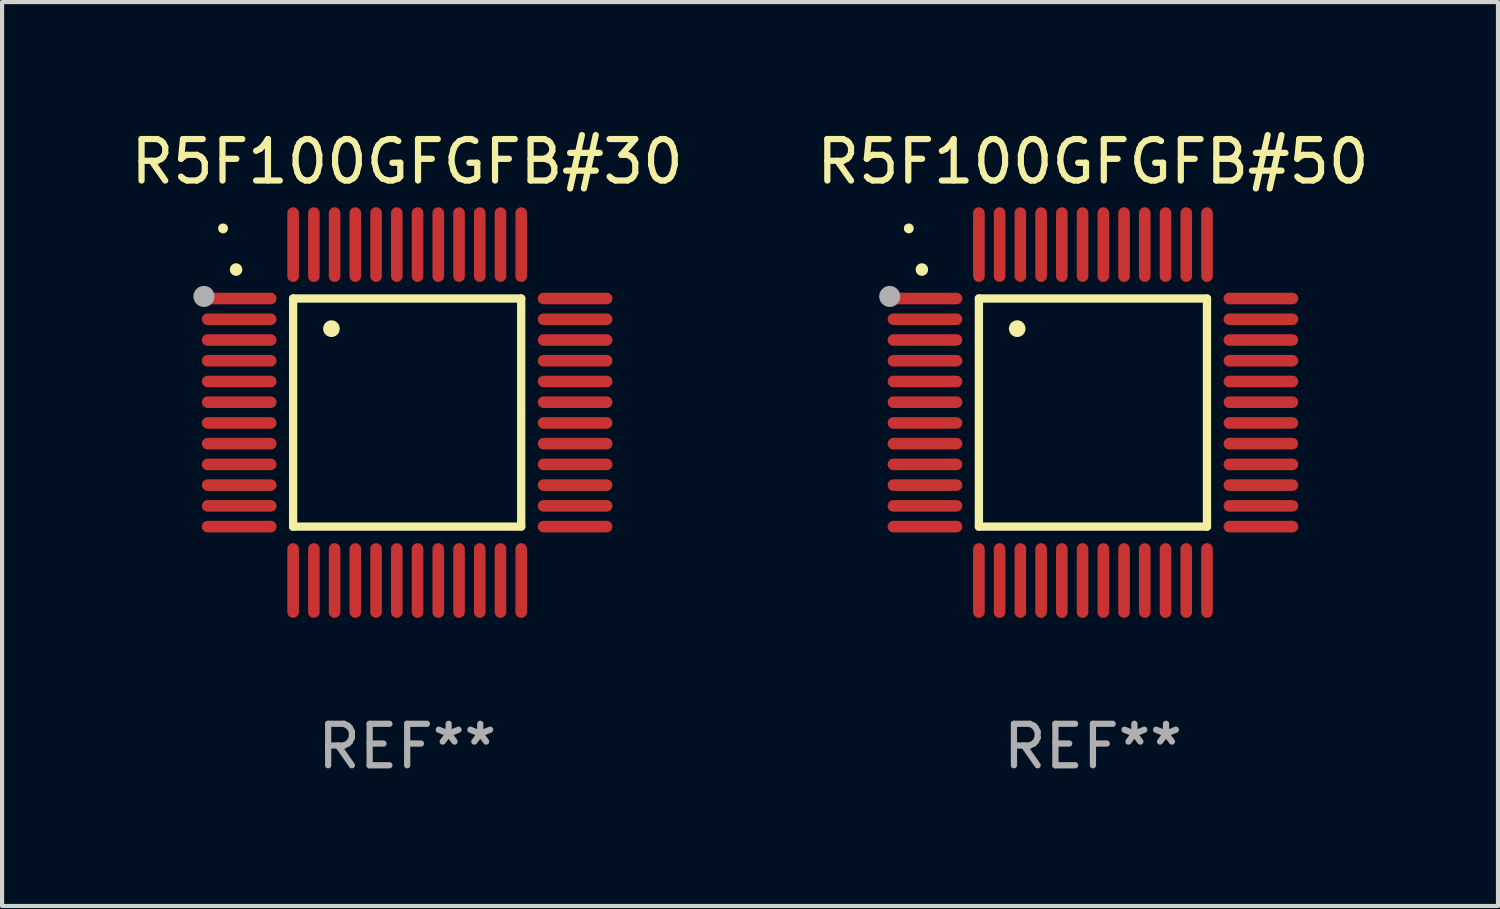
<source format=kicad_pcb>
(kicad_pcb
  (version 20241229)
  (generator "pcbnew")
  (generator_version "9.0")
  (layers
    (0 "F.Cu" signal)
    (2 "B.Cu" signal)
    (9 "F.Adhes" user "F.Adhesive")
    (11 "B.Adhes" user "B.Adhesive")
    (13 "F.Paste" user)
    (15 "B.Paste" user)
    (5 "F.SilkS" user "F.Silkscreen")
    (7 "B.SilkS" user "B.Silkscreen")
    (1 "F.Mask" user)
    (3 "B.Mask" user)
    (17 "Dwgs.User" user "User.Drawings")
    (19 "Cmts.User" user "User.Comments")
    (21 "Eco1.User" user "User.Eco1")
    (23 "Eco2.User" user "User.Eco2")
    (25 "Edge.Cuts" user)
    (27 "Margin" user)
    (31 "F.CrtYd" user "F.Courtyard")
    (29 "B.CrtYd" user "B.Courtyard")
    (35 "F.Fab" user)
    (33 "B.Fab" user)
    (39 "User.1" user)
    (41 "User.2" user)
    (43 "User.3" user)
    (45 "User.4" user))
  (footprint "R5F100GFGFB#50"
    (layer "F.Cu")
    (at 23.304 6.898)
    (property "Reference" "R5F100GFGFB#50" (at 0 -6.05 0) (layer "F.SilkS") (effects (font (size 1 1) (thickness 0.15))))
    (attr through_hole)
    (fp_line (start -2.75 -2.75) (end 2.75 -2.75) (stroke (width 0.2) (type solid)) (layer "F.SilkS"))
    (fp_line (start -2.75 2.75) (end -2.75 -2.75) (stroke (width 0.2) (type solid)) (layer "F.SilkS"))
    (fp_line (start 2.75 -2.75) (end 2.75 2.75) (stroke (width 0.2) (type solid)) (layer "F.SilkS"))
    (fp_line (start 2.75 2.75) (end -2.75 2.75) (stroke (width 0.2) (type solid)) (layer "F.SilkS"))
    (fp_arc (start -4.124968 -3.446787) (mid -4.124973 -3.448057) (end -4.124968 -3.449327) (stroke (width 0.3) (type solid)) (layer "F.SilkS"))
    (fp_arc (start -1.826264 -2.021844) (mid -1.826268 -2.023114) (end -1.826264 -2.024384) (stroke (width 0.4) (type solid)) (layer "F.SilkS"))
    (fp_circle (center -4.44 -4.44) (end -4.38 -4.44) (stroke (width 0.12) (type solid)) (fill no) (layer "F.SilkS"))
    (fp_circle (center -4.9 -2.8) (end -4.773 -2.8) (stroke (width 0.254) (type solid)) (fill no) (layer "F.Fab"))
    (fp_text user "REF**" (at 0 8.05 0) (layer "F.Fab") (effects (font (size 1 1) (thickness 0.15))))
    (pad "1" smd oval (at -4.05 -2.75 90) (size 0.28 1.8) (layers "F.Cu" "F.Mask" "F.Paste"))
    (pad "2" smd oval (at -4.05 -2.25 90) (size 0.28 1.8) (layers "F.Cu" "F.Mask" "F.Paste"))
    (pad "3" smd oval (at -4.05 -1.75 90) (size 0.28 1.8) (layers "F.Cu" "F.Mask" "F.Paste"))
    (pad "4" smd oval (at -4.05 -1.25 90) (size 0.28 1.8) (layers "F.Cu" "F.Mask" "F.Paste"))
    (pad "5" smd oval (at -4.05 -0.75 90) (size 0.28 1.8) (layers "F.Cu" "F.Mask" "F.Paste"))
    (pad "6" smd oval (at -4.05 -0.25 90) (size 0.28 1.8) (layers "F.Cu" "F.Mask" "F.Paste"))
    (pad "7" smd oval (at -4.05 0.25 90) (size 0.28 1.8) (layers "F.Cu" "F.Mask" "F.Paste"))
    (pad "8" smd oval (at -4.05 0.75 90) (size 0.28 1.8) (layers "F.Cu" "F.Mask" "F.Paste"))
    (pad "9" smd oval (at -4.05 1.25 90) (size 0.28 1.8) (layers "F.Cu" "F.Mask" "F.Paste"))
    (pad "10" smd oval (at -4.05 1.75 90) (size 0.28 1.8) (layers "F.Cu" "F.Mask" "F.Paste"))
    (pad "11" smd oval (at -4.05 2.25 90) (size 0.28 1.8) (layers "F.Cu" "F.Mask" "F.Paste"))
    (pad "12" smd oval (at -4.05 2.75 90) (size 0.28 1.8) (layers "F.Cu" "F.Mask" "F.Paste"))
    (pad "13" smd oval (at -2.75 4.05) (size 0.28 1.8) (layers "F.Cu" "F.Mask" "F.Paste"))
    (pad "14" smd oval (at -2.25 4.05) (size 0.28 1.8) (layers "F.Cu" "F.Mask" "F.Paste"))
    (pad "15" smd oval (at -1.75 4.05) (size 0.28 1.8) (layers "F.Cu" "F.Mask" "F.Paste"))
    (pad "16" smd oval (at -1.25 4.05) (size 0.28 1.8) (layers "F.Cu" "F.Mask" "F.Paste"))
    (pad "17" smd oval (at -0.75 4.05) (size 0.28 1.8) (layers "F.Cu" "F.Mask" "F.Paste"))
    (pad "18" smd oval (at -0.25 4.05) (size 0.28 1.8) (layers "F.Cu" "F.Mask" "F.Paste"))
    (pad "19" smd oval (at 0.25 4.05) (size 0.28 1.8) (layers "F.Cu" "F.Mask" "F.Paste"))
    (pad "20" smd oval (at 0.75 4.05) (size 0.28 1.8) (layers "F.Cu" "F.Mask" "F.Paste"))
    (pad "21" smd oval (at 1.25 4.05) (size 0.28 1.8) (layers "F.Cu" "F.Mask" "F.Paste"))
    (pad "22" smd oval (at 1.75 4.05) (size 0.28 1.8) (layers "F.Cu" "F.Mask" "F.Paste"))
    (pad "23" smd oval (at 2.25 4.05) (size 0.28 1.8) (layers "F.Cu" "F.Mask" "F.Paste"))
    (pad "24" smd oval (at 2.75 4.05) (size 0.28 1.8) (layers "F.Cu" "F.Mask" "F.Paste"))
    (pad "25" smd oval (at 4.05 2.75 90) (size 0.28 1.8) (layers "F.Cu" "F.Mask" "F.Paste"))
    (pad "26" smd oval (at 4.05 2.25 90) (size 0.28 1.8) (layers "F.Cu" "F.Mask" "F.Paste"))
    (pad "27" smd oval (at 4.05 1.75 90) (size 0.28 1.8) (layers "F.Cu" "F.Mask" "F.Paste"))
    (pad "28" smd oval (at 4.05 1.25 90) (size 0.28 1.8) (layers "F.Cu" "F.Mask" "F.Paste"))
    (pad "29" smd oval (at 4.05 0.75 90) (size 0.28 1.8) (layers "F.Cu" "F.Mask" "F.Paste"))
    (pad "30" smd oval (at 4.05 0.25 90) (size 0.28 1.8) (layers "F.Cu" "F.Mask" "F.Paste"))
    (pad "31" smd oval (at 4.05 -0.25 90) (size 0.28 1.8) (layers "F.Cu" "F.Mask" "F.Paste"))
    (pad "32" smd oval (at 4.05 -0.75 90) (size 0.28 1.8) (layers "F.Cu" "F.Mask" "F.Paste"))
    (pad "33" smd oval (at 4.05 -1.25 90) (size 0.28 1.8) (layers "F.Cu" "F.Mask" "F.Paste"))
    (pad "34" smd oval (at 4.05 -1.75 90) (size 0.28 1.8) (layers "F.Cu" "F.Mask" "F.Paste"))
    (pad "35" smd oval (at 4.05 -2.25 90) (size 0.28 1.8) (layers "F.Cu" "F.Mask" "F.Paste"))
    (pad "36" smd oval (at 4.05 -2.75 90) (size 0.28 1.8) (layers "F.Cu" "F.Mask" "F.Paste"))
    (pad "37" smd oval (at 2.75 -4.05) (size 0.28 1.8) (layers "F.Cu" "F.Mask" "F.Paste"))
    (pad "38" smd oval (at 2.25 -4.05) (size 0.28 1.8) (layers "F.Cu" "F.Mask" "F.Paste"))
    (pad "39" smd oval (at 1.75 -4.05) (size 0.28 1.8) (layers "F.Cu" "F.Mask" "F.Paste"))
    (pad "40" smd oval (at 1.25 -4.05) (size 0.28 1.8) (layers "F.Cu" "F.Mask" "F.Paste"))
    (pad "41" smd oval (at 0.75 -4.05) (size 0.28 1.8) (layers "F.Cu" "F.Mask" "F.Paste"))
    (pad "42" smd oval (at 0.25 -4.05) (size 0.28 1.8) (layers "F.Cu" "F.Mask" "F.Paste"))
    (pad "43" smd oval (at -0.25 -4.05) (size 0.28 1.8) (layers "F.Cu" "F.Mask" "F.Paste"))
    (pad "44" smd oval (at -0.75 -4.05) (size 0.28 1.8) (layers "F.Cu" "F.Mask" "F.Paste"))
    (pad "45" smd oval (at -1.25 -4.05) (size 0.28 1.8) (layers "F.Cu" "F.Mask" "F.Paste"))
    (pad "46" smd oval (at -1.75 -4.05) (size 0.28 1.8) (layers "F.Cu" "F.Mask" "F.Paste"))
    (pad "47" smd oval (at -2.25 -4.05) (size 0.28 1.8) (layers "F.Cu" "F.Mask" "F.Paste"))
    (pad "48" smd oval (at -2.75 -4.05) (size 0.28 1.8) (layers "F.Cu" "F.Mask" "F.Paste")))
  (footprint "R5F100GFGFB#30"
    (layer "F.Cu")
    (at 6.768 6.898)
    (property "Reference" "R5F100GFGFB#30" (at 0 -6.05 0) (layer "F.SilkS") (effects (font (size 1 1) (thickness 0.15))))
    (attr through_hole)
    (fp_line (start -2.75 -2.75) (end 2.75 -2.75) (stroke (width 0.2) (type solid)) (layer "F.SilkS"))
    (fp_line (start -2.75 2.75) (end -2.75 -2.75) (stroke (width 0.2) (type solid)) (layer "F.SilkS"))
    (fp_line (start 2.75 -2.75) (end 2.75 2.75) (stroke (width 0.2) (type solid)) (layer "F.SilkS"))
    (fp_line (start 2.75 2.75) (end -2.75 2.75) (stroke (width 0.2) (type solid)) (layer "F.SilkS"))
    (fp_arc (start -4.124968 -3.446787) (mid -4.124973 -3.448057) (end -4.124968 -3.449327) (stroke (width 0.3) (type solid)) (layer "F.SilkS"))
    (fp_arc (start -1.826264 -2.021844) (mid -1.826268 -2.023114) (end -1.826264 -2.024384) (stroke (width 0.4) (type solid)) (layer "F.SilkS"))
    (fp_circle (center -4.44 -4.44) (end -4.38 -4.44) (stroke (width 0.12) (type solid)) (fill no) (layer "F.SilkS"))
    (fp_circle (center -4.9 -2.8) (end -4.773 -2.8) (stroke (width 0.254) (type solid)) (fill no) (layer "F.Fab"))
    (fp_text user "REF**" (at 0 8.05 0) (layer "F.Fab") (effects (font (size 1 1) (thickness 0.15))))
    (pad "1" smd oval (at -4.05 -2.75 90) (size 0.28 1.8) (layers "F.Cu" "F.Mask" "F.Paste"))
    (pad "2" smd oval (at -4.05 -2.25 90) (size 0.28 1.8) (layers "F.Cu" "F.Mask" "F.Paste"))
    (pad "3" smd oval (at -4.05 -1.75 90) (size 0.28 1.8) (layers "F.Cu" "F.Mask" "F.Paste"))
    (pad "4" smd oval (at -4.05 -1.25 90) (size 0.28 1.8) (layers "F.Cu" "F.Mask" "F.Paste"))
    (pad "5" smd oval (at -4.05 -0.75 90) (size 0.28 1.8) (layers "F.Cu" "F.Mask" "F.Paste"))
    (pad "6" smd oval (at -4.05 -0.25 90) (size 0.28 1.8) (layers "F.Cu" "F.Mask" "F.Paste"))
    (pad "7" smd oval (at -4.05 0.25 90) (size 0.28 1.8) (layers "F.Cu" "F.Mask" "F.Paste"))
    (pad "8" smd oval (at -4.05 0.75 90) (size 0.28 1.8) (layers "F.Cu" "F.Mask" "F.Paste"))
    (pad "9" smd oval (at -4.05 1.25 90) (size 0.28 1.8) (layers "F.Cu" "F.Mask" "F.Paste"))
    (pad "10" smd oval (at -4.05 1.75 90) (size 0.28 1.8) (layers "F.Cu" "F.Mask" "F.Paste"))
    (pad "11" smd oval (at -4.05 2.25 90) (size 0.28 1.8) (layers "F.Cu" "F.Mask" "F.Paste"))
    (pad "12" smd oval (at -4.05 2.75 90) (size 0.28 1.8) (layers "F.Cu" "F.Mask" "F.Paste"))
    (pad "13" smd oval (at -2.75 4.05) (size 0.28 1.8) (layers "F.Cu" "F.Mask" "F.Paste"))
    (pad "14" smd oval (at -2.25 4.05) (size 0.28 1.8) (layers "F.Cu" "F.Mask" "F.Paste"))
    (pad "15" smd oval (at -1.75 4.05) (size 0.28 1.8) (layers "F.Cu" "F.Mask" "F.Paste"))
    (pad "16" smd oval (at -1.25 4.05) (size 0.28 1.8) (layers "F.Cu" "F.Mask" "F.Paste"))
    (pad "17" smd oval (at -0.75 4.05) (size 0.28 1.8) (layers "F.Cu" "F.Mask" "F.Paste"))
    (pad "18" smd oval (at -0.25 4.05) (size 0.28 1.8) (layers "F.Cu" "F.Mask" "F.Paste"))
    (pad "19" smd oval (at 0.25 4.05) (size 0.28 1.8) (layers "F.Cu" "F.Mask" "F.Paste"))
    (pad "20" smd oval (at 0.75 4.05) (size 0.28 1.8) (layers "F.Cu" "F.Mask" "F.Paste"))
    (pad "21" smd oval (at 1.25 4.05) (size 0.28 1.8) (layers "F.Cu" "F.Mask" "F.Paste"))
    (pad "22" smd oval (at 1.75 4.05) (size 0.28 1.8) (layers "F.Cu" "F.Mask" "F.Paste"))
    (pad "23" smd oval (at 2.25 4.05) (size 0.28 1.8) (layers "F.Cu" "F.Mask" "F.Paste"))
    (pad "24" smd oval (at 2.75 4.05) (size 0.28 1.8) (layers "F.Cu" "F.Mask" "F.Paste"))
    (pad "25" smd oval (at 4.05 2.75 90) (size 0.28 1.8) (layers "F.Cu" "F.Mask" "F.Paste"))
    (pad "26" smd oval (at 4.05 2.25 90) (size 0.28 1.8) (layers "F.Cu" "F.Mask" "F.Paste"))
    (pad "27" smd oval (at 4.05 1.75 90) (size 0.28 1.8) (layers "F.Cu" "F.Mask" "F.Paste"))
    (pad "28" smd oval (at 4.05 1.25 90) (size 0.28 1.8) (layers "F.Cu" "F.Mask" "F.Paste"))
    (pad "29" smd oval (at 4.05 0.75 90) (size 0.28 1.8) (layers "F.Cu" "F.Mask" "F.Paste"))
    (pad "30" smd oval (at 4.05 0.25 90) (size 0.28 1.8) (layers "F.Cu" "F.Mask" "F.Paste"))
    (pad "31" smd oval (at 4.05 -0.25 90) (size 0.28 1.8) (layers "F.Cu" "F.Mask" "F.Paste"))
    (pad "32" smd oval (at 4.05 -0.75 90) (size 0.28 1.8) (layers "F.Cu" "F.Mask" "F.Paste"))
    (pad "33" smd oval (at 4.05 -1.25 90) (size 0.28 1.8) (layers "F.Cu" "F.Mask" "F.Paste"))
    (pad "34" smd oval (at 4.05 -1.75 90) (size 0.28 1.8) (layers "F.Cu" "F.Mask" "F.Paste"))
    (pad "35" smd oval (at 4.05 -2.25 90) (size 0.28 1.8) (layers "F.Cu" "F.Mask" "F.Paste"))
    (pad "36" smd oval (at 4.05 -2.75 90) (size 0.28 1.8) (layers "F.Cu" "F.Mask" "F.Paste"))
    (pad "37" smd oval (at 2.75 -4.05) (size 0.28 1.8) (layers "F.Cu" "F.Mask" "F.Paste"))
    (pad "38" smd oval (at 2.25 -4.05) (size 0.28 1.8) (layers "F.Cu" "F.Mask" "F.Paste"))
    (pad "39" smd oval (at 1.75 -4.05) (size 0.28 1.8) (layers "F.Cu" "F.Mask" "F.Paste"))
    (pad "40" smd oval (at 1.25 -4.05) (size 0.28 1.8) (layers "F.Cu" "F.Mask" "F.Paste"))
    (pad "41" smd oval (at 0.75 -4.05) (size 0.28 1.8) (layers "F.Cu" "F.Mask" "F.Paste"))
    (pad "42" smd oval (at 0.25 -4.05) (size 0.28 1.8) (layers "F.Cu" "F.Mask" "F.Paste"))
    (pad "43" smd oval (at -0.25 -4.05) (size 0.28 1.8) (layers "F.Cu" "F.Mask" "F.Paste"))
    (pad "44" smd oval (at -0.75 -4.05) (size 0.28 1.8) (layers "F.Cu" "F.Mask" "F.Paste"))
    (pad "45" smd oval (at -1.25 -4.05) (size 0.28 1.8) (layers "F.Cu" "F.Mask" "F.Paste"))
    (pad "46" smd oval (at -1.75 -4.05) (size 0.28 1.8) (layers "F.Cu" "F.Mask" "F.Paste"))
    (pad "47" smd oval (at -2.25 -4.05) (size 0.28 1.8) (layers "F.Cu" "F.Mask" "F.Paste"))
    (pad "48" smd oval (at -2.75 -4.05) (size 0.28 1.8) (layers "F.Cu" "F.Mask" "F.Paste")))
  (gr_rect
    (start -3 -3)
    (end 33.071 18.797)
    (stroke (width 0.1) (type default))
    (fill no)
    (layer "Edge.Cuts")))
</source>
